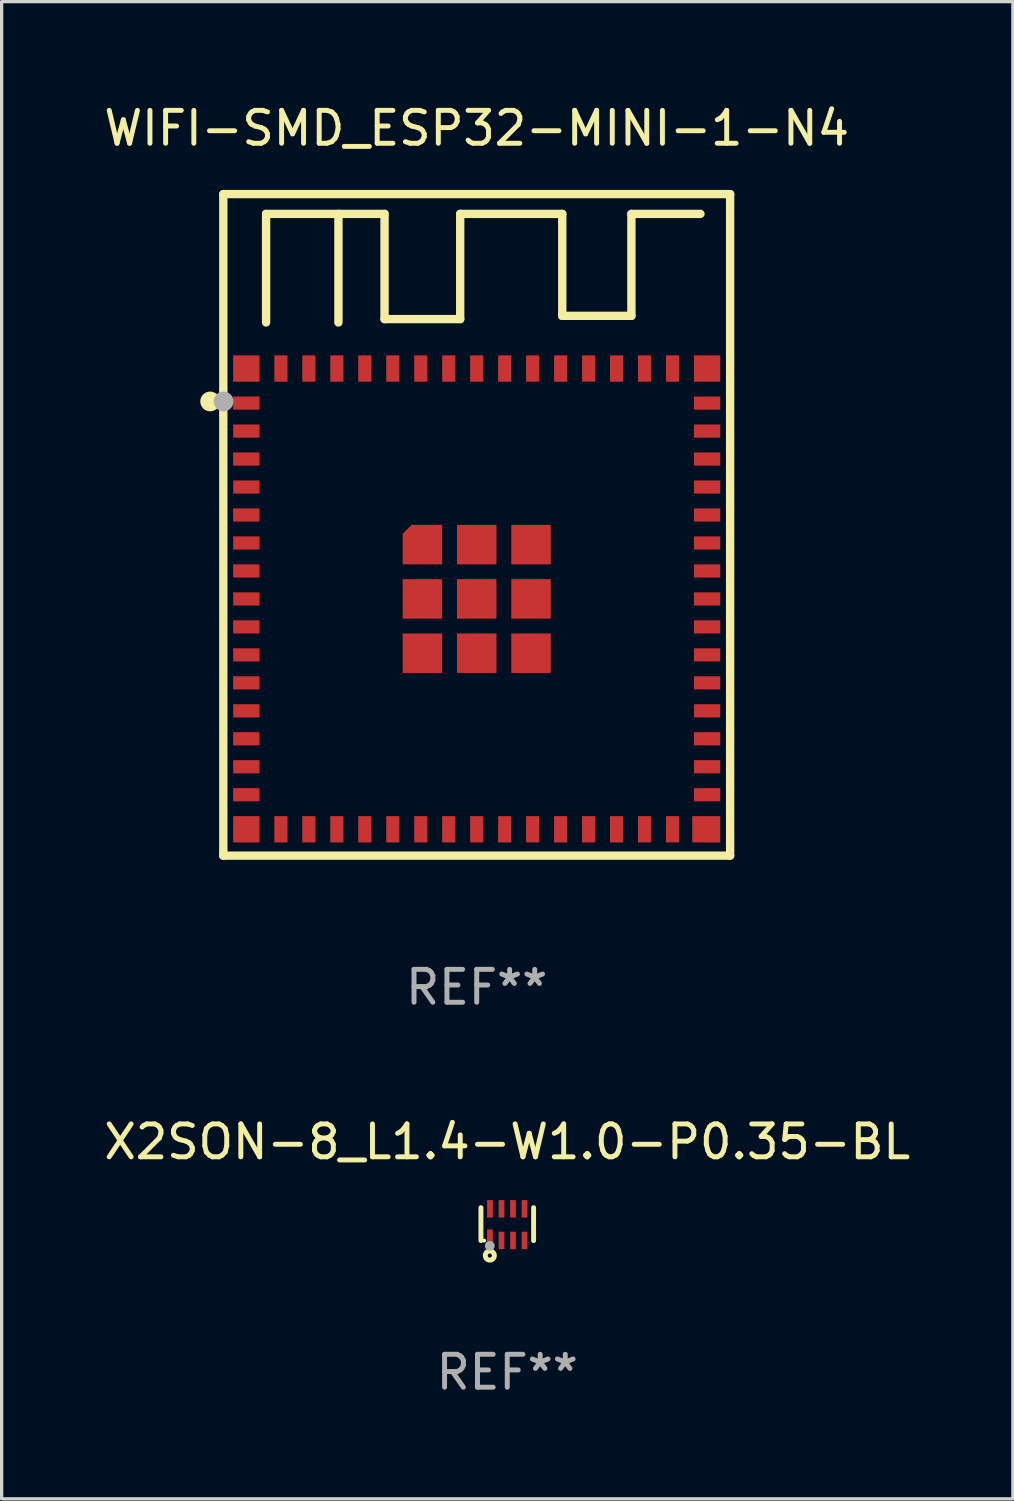
<source format=kicad_pcb>
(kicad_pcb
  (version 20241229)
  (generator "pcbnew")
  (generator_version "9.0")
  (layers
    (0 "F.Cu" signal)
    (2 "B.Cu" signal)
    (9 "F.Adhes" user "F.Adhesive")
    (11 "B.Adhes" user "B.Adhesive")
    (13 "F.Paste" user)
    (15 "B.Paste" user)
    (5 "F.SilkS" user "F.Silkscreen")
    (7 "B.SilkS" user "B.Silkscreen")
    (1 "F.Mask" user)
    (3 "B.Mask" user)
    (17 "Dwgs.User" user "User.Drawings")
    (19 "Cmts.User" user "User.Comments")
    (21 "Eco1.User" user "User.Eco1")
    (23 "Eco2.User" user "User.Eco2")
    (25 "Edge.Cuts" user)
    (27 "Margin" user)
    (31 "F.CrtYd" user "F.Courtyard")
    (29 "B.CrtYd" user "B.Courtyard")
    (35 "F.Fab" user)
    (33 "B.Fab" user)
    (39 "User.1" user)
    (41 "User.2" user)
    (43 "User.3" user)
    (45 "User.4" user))
  (footprint "X2SON-8_L1.4-W1.0-P0.35-BL"
    (layer "F.Cu")
    (at 12.363 34.16)
    (property "Reference" "X2SON-8_L1.4-W1.0-P0.35-BL" (at 0.000076 -2.515 0) (layer "F.SilkS") (effects (font (size 1 1) (thickness 0.15))))
    (attr smd)
    (fp_line (start -0.8 -0.515) (end -0.8 0.485) (stroke (width 0.15) (type solid)) (layer "F.SilkS"))
    (fp_line (start 0.8 -0.515) (end 0.8 0.485) (stroke (width 0.15) (type solid)) (layer "F.SilkS"))
    (fp_circle (center -0.701 0.485) (end -0.671 0.485) (stroke (width 0.06) (type solid)) (fill no) (layer "F.SilkS"))
    (fp_circle (center -0.53 0.94) (end -0.467 0.94) (stroke (width 0.15) (type solid)) (fill no) (layer "F.SilkS"))
    (fp_circle (center -0.53 0.645) (end -0.455 0.645) (stroke (width 0.15) (type solid)) (fill no) (layer "F.Fab"))
    (fp_text user "REF**" (at 0.000076 4.485 0) (layer "F.Fab") (effects (font (size 1 1) (thickness 0.15))))
    (pad "1" smd rect (at -0.525 0.445) (size 0.175 0.6) (layers "F.Cu" "F.Mask" "F.Paste"))
    (pad "2" smd rect (at -0.175 0.48) (size 0.175 0.53) (layers "F.Cu" "F.Mask" "F.Paste"))
    (pad "3" smd rect (at 0.175 0.48) (size 0.175 0.53) (layers "F.Cu" "F.Mask" "F.Paste"))
    (pad "4" smd rect (at 0.525 0.48) (size 0.175 0.53) (layers "F.Cu" "F.Mask" "F.Paste"))
    (pad "5" smd rect (at 0.525 -0.48) (size 0.175 0.53) (layers "F.Cu" "F.Mask" "F.Paste"))
    (pad "6" smd rect (at 0.175 -0.48) (size 0.175 0.53) (layers "F.Cu" "F.Mask" "F.Paste"))
    (pad "7" smd rect (at -0.175 -0.48) (size 0.175 0.53) (layers "F.Cu" "F.Mask" "F.Paste"))
    (pad "8" smd rect (at -0.525 -0.48) (size 0.175 0.53) (layers "F.Cu" "F.Mask" "F.Paste")))
  (footprint "WIFI-SMD_ESP32-MINI-1-N4"
    (layer "F.Cu")
    (at 11.435 15.148)
    (property "Reference" "WIFI-SMD_ESP32-MINI-1-N4" (at -0.000076 -14.3 0) (layer "F.SilkS") (effects (font (size 1 1) (thickness 0.15))))
    (attr smd)
    (fp_line (start -7.7 -12.3) (end -7.7 7.8) (stroke (width 0.254) (type solid)) (layer "F.SilkS"))
    (fp_line (start -7.7 7.8) (end 7.7 7.8) (stroke (width 0.254) (type solid)) (layer "F.SilkS"))
    (fp_line (start -6.4 -11.699) (end -2.801 -11.699) (stroke (width 0.254) (type solid)) (layer "F.SilkS"))
    (fp_line (start -6.4 -8.4) (end -6.4 -11.699) (stroke (width 0.254) (type solid)) (layer "F.SilkS"))
    (fp_line (start -4.202 -11.699) (end -4.202 -8.4) (stroke (width 0.254) (type solid)) (layer "F.SilkS"))
    (fp_line (start -2.801 -11.699) (end -2.801 -8.502) (stroke (width 0.254) (type solid)) (layer "F.SilkS"))
    (fp_line (start -2.801 -8.502) (end -0.502 -8.502) (stroke (width 0.254) (type solid)) (layer "F.SilkS"))
    (fp_line (start -0.502 -11.699) (end 2.599 -11.699) (stroke (width 0.254) (type solid)) (layer "F.SilkS"))
    (fp_line (start -0.502 -8.502) (end -0.502 -11.699) (stroke (width 0.254) (type solid)) (layer "F.SilkS"))
    (fp_line (start 2.599 -11.699) (end 2.599 -8.601) (stroke (width 0.254) (type solid)) (layer "F.SilkS"))
    (fp_line (start 2.599 -8.601) (end 4.7 -8.601) (stroke (width 0.254) (type solid)) (layer "F.SilkS"))
    (fp_line (start 4.7 -11.699) (end 6.798 -11.699) (stroke (width 0.254) (type solid)) (layer "F.SilkS"))
    (fp_line (start 4.7 -8.601) (end 4.7 -11.699) (stroke (width 0.254) (type solid)) (layer "F.SilkS"))
    (fp_line (start 7.7 -12.3) (end -7.7 -12.3) (stroke (width 0.254) (type solid)) (layer "F.SilkS"))
    (fp_line (start 7.7 7.8) (end 7.7 -12.3) (stroke (width 0.254) (type solid)) (layer "F.SilkS"))
    (fp_circle (center -8.1 -6) (end -7.95 -6) (stroke (width 0.3) (type solid)) (fill no) (layer "F.SilkS"))
    (fp_circle (center -7.7 -12.25) (end -7.67 -12.25) (stroke (width 0.06) (type solid)) (fill no) (layer "F.SilkS"))
    (fp_circle (center -7.69 -6) (end -7.54 -6) (stroke (width 0.3) (type solid)) (fill no) (layer "F.Fab"))
    (fp_text user "REF**" (at -0.000076 11.8 0) (layer "F.Fab") (effects (font (size 1 1) (thickness 0.15))))
    (pad "1" smd rect (at -7 -5.95 90) (size 0.4 0.8) (layers "F.Cu" "F.Mask" "F.Paste"))
    (pad "2" smd rect (at -7 -5.1 90) (size 0.4 0.8) (layers "F.Cu" "F.Mask" "F.Paste"))
    (pad "3" smd rect (at -7 -4.25 90) (size 0.4 0.8) (layers "F.Cu" "F.Mask" "F.Paste"))
    (pad "4" smd rect (at -7 -3.4 90) (size 0.4 0.8) (layers "F.Cu" "F.Mask" "F.Paste"))
    (pad "5" smd rect (at -7 -2.55 90) (size 0.4 0.8) (layers "F.Cu" "F.Mask" "F.Paste"))
    (pad "6" smd rect (at -7 -1.7 90) (size 0.4 0.8) (layers "F.Cu" "F.Mask" "F.Paste"))
    (pad "7" smd rect (at -7 -0.85 90) (size 0.4 0.8) (layers "F.Cu" "F.Mask" "F.Paste"))
    (pad "8" smd rect (at -7 -0.000254 90) (size 0.4 0.8) (layers "F.Cu" "F.Mask" "F.Paste"))
    (pad "9" smd rect (at -7 0.85 90) (size 0.4 0.8) (layers "F.Cu" "F.Mask" "F.Paste"))
    (pad "10" smd rect (at -7 1.7 90) (size 0.4 0.8) (layers "F.Cu" "F.Mask" "F.Paste"))
    (pad "11" smd rect (at -7 2.55 90) (size 0.4 0.8) (layers "F.Cu" "F.Mask" "F.Paste"))
    (pad "12" smd rect (at -7 3.4 90) (size 0.4 0.8) (layers "F.Cu" "F.Mask" "F.Paste"))
    (pad "13" smd rect (at -7 4.25 90) (size 0.4 0.8) (layers "F.Cu" "F.Mask" "F.Paste"))
    (pad "14" smd rect (at -7 5.1 90) (size 0.4 0.8) (layers "F.Cu" "F.Mask" "F.Paste"))
    (pad "15" smd rect (at -7 5.95 90) (size 0.4 0.8) (layers "F.Cu" "F.Mask" "F.Paste"))
    (pad "16" smd rect (at -5.95 7) (size 0.4 0.8) (layers "F.Cu" "F.Mask" "F.Paste"))
    (pad "17" smd rect (at -5.1 7) (size 0.4 0.8) (layers "F.Cu" "F.Mask" "F.Paste"))
    (pad "18" smd rect (at -4.25 7) (size 0.4 0.8) (layers "F.Cu" "F.Mask" "F.Paste"))
    (pad "19" smd rect (at -3.4 7) (size 0.4 0.8) (layers "F.Cu" "F.Mask" "F.Paste"))
    (pad "20" smd rect (at -2.55 7) (size 0.4 0.8) (layers "F.Cu" "F.Mask" "F.Paste"))
    (pad "21" smd rect (at -1.7 7) (size 0.4 0.8) (layers "F.Cu" "F.Mask" "F.Paste"))
    (pad "22" smd rect (at -0.85 7) (size 0.4 0.8) (layers "F.Cu" "F.Mask" "F.Paste"))
    (pad "23" smd rect (at -0.000254 7) (size 0.4 0.8) (layers "F.Cu" "F.Mask" "F.Paste"))
    (pad "24" smd rect (at 0.85 7) (size 0.4 0.8) (layers "F.Cu" "F.Mask" "F.Paste"))
    (pad "25" smd rect (at 1.7 7) (size 0.4 0.8) (layers "F.Cu" "F.Mask" "F.Paste"))
    (pad "26" smd rect (at 2.55 7) (size 0.4 0.8) (layers "F.Cu" "F.Mask" "F.Paste"))
    (pad "27" smd rect (at 3.4 7) (size 0.4 0.8) (layers "F.Cu" "F.Mask" "F.Paste"))
    (pad "28" smd rect (at 4.25 7) (size 0.4 0.8) (layers "F.Cu" "F.Mask" "F.Paste"))
    (pad "29" smd rect (at 5.1 7) (size 0.4 0.8) (layers "F.Cu" "F.Mask" "F.Paste"))
    (pad "30" smd rect (at 5.95 7) (size 0.4 0.8) (layers "F.Cu" "F.Mask" "F.Paste"))
    (pad "31" smd rect (at 7 5.95 270) (size 0.4 0.8) (layers "F.Cu" "F.Mask" "F.Paste"))
    (pad "32" smd rect (at 7 5.1 270) (size 0.4 0.8) (layers "F.Cu" "F.Mask" "F.Paste"))
    (pad "33" smd rect (at 7 4.25 270) (size 0.4 0.8) (layers "F.Cu" "F.Mask" "F.Paste"))
    (pad "34" smd rect (at 7 3.4 270) (size 0.4 0.8) (layers "F.Cu" "F.Mask" "F.Paste"))
    (pad "35" smd rect (at 7 2.55 270) (size 0.4 0.8) (layers "F.Cu" "F.Mask" "F.Paste"))
    (pad "36" smd rect (at 7 1.7 270) (size 0.4 0.8) (layers "F.Cu" "F.Mask" "F.Paste"))
    (pad "37" smd rect (at 7 0.85 270) (size 0.4 0.8) (layers "F.Cu" "F.Mask" "F.Paste"))
    (pad "38" smd rect (at 7 0.000254 270) (size 0.4 0.8) (layers "F.Cu" "F.Mask" "F.Paste"))
    (pad "39" smd rect (at 7 -0.85 270) (size 0.4 0.8) (layers "F.Cu" "F.Mask" "F.Paste"))
    (pad "40" smd rect (at 7 -1.7 270) (size 0.4 0.8) (layers "F.Cu" "F.Mask" "F.Paste"))
    (pad "41" smd rect (at 7 -2.55 270) (size 0.4 0.8) (layers "F.Cu" "F.Mask" "F.Paste"))
    (pad "42" smd rect (at 7 -3.4 270) (size 0.4 0.8) (layers "F.Cu" "F.Mask" "F.Paste"))
    (pad "43" smd rect (at 7 -4.25 270) (size 0.4 0.8) (layers "F.Cu" "F.Mask" "F.Paste"))
    (pad "44" smd rect (at 7 -5.1 270) (size 0.4 0.8) (layers "F.Cu" "F.Mask" "F.Paste"))
    (pad "45" smd rect (at 7 -5.95 270) (size 0.4 0.8) (layers "F.Cu" "F.Mask" "F.Paste"))
    (pad "46" smd rect (at 5.95 -7 180) (size 0.4 0.8) (layers "F.Cu" "F.Mask" "F.Paste"))
    (pad "47" smd rect (at 5.1 -7 180) (size 0.4 0.8) (layers "F.Cu" "F.Mask" "F.Paste"))
    (pad "48" smd rect (at 4.25 -7 180) (size 0.4 0.8) (layers "F.Cu" "F.Mask" "F.Paste"))
    (pad "49" smd rect (at 3.4 -7 180) (size 0.4 0.8) (layers "F.Cu" "F.Mask" "F.Paste"))
    (pad "50" smd rect (at 2.55 -7 180) (size 0.4 0.8) (layers "F.Cu" "F.Mask" "F.Paste"))
    (pad "51" smd rect (at 1.7 -7 180) (size 0.4 0.8) (layers "F.Cu" "F.Mask" "F.Paste"))
    (pad "52" smd rect (at 0.85 -7 180) (size 0.4 0.8) (layers "F.Cu" "F.Mask" "F.Paste"))
    (pad "53" smd rect (at 0 -7 180) (size 0.4 0.8) (layers "F.Cu" "F.Mask" "F.Paste"))
    (pad "54" smd rect (at -0.85 -7 180) (size 0.4 0.8) (layers "F.Cu" "F.Mask" "F.Paste"))
    (pad "55" smd rect (at -1.7 -7 180) (size 0.4 0.8) (layers "F.Cu" "F.Mask" "F.Paste"))
    (pad "56" smd rect (at -2.55 -7 180) (size 0.4 0.8) (layers "F.Cu" "F.Mask" "F.Paste"))
    (pad "57" smd rect (at -3.4 -7 180) (size 0.4 0.8) (layers "F.Cu" "F.Mask" "F.Paste"))
    (pad "58" smd rect (at -4.25 -7 180) (size 0.4 0.8) (layers "F.Cu" "F.Mask" "F.Paste"))
    (pad "59" smd rect (at -5.1 -7 180) (size 0.4 0.8) (layers "F.Cu" "F.Mask" "F.Paste"))
    (pad "60" smd rect (at -5.95 -7 180) (size 0.4 0.8) (layers "F.Cu" "F.Mask" "F.Paste"))
    (pad "61" smd custom (at -1.65 -1.65) (size 0.1 0.1) (layers "F.Cu" "F.Mask" "F.Paste") (options (anchor circle)) (primitives (gr_poly (pts (xy 0.6 0.6) (xy -0.6 0.6) (xy -0.6 -0.31) (xy -0.6 -0.33) (xy -0.33 -0.6) (xy 0.6 -0.6)) (width 0) (fill yes))))
    (pad "61" smd rect (at -1.65 0 90) (size 1.2 1.2) (layers "F.Cu" "F.Mask" "F.Paste"))
    (pad "61" smd rect (at -1.65 1.65 90) (size 1.2 1.2) (layers "F.Cu" "F.Mask" "F.Paste"))
    (pad "61" smd rect (at 0 -1.65 90) (size 1.2 1.2) (layers "F.Cu" "F.Mask" "F.Paste"))
    (pad "61" smd rect (at 0 0 90) (size 1.2 1.2) (layers "F.Cu" "F.Mask" "F.Paste"))
    (pad "61" smd rect (at 0 1.65 90) (size 1.2 1.2) (layers "F.Cu" "F.Mask" "F.Paste"))
    (pad "61" smd rect (at 1.65 1.65 90) (size 1.2 1.2) (layers "F.Cu" "F.Mask" "F.Paste"))
    (pad "61" smd rect (at 1.65 -1.65 90) (size 1.2 1.2) (layers "F.Cu" "F.Mask" "F.Paste"))
    (pad "61" smd rect (at 1.65 0 90) (size 1.2 1.2) (layers "F.Cu" "F.Mask" "F.Paste"))
    (pad "62" smd rect (at -7 -7 90) (size 0.8 0.8) (layers "F.Cu" "F.Mask" "F.Paste"))
    (pad "63" smd rect (at -7 7 90) (size 0.8 0.8) (layers "F.Cu" "F.Mask" "F.Paste"))
    (pad "64" smd rect (at 6.975 7 90) (size 0.8 0.85) (layers "F.Cu" "F.Mask" "F.Paste"))
    (pad "65" smd rect (at 7 -7 90) (size 0.8 0.8) (layers "F.Cu" "F.Mask" "F.Paste")))
  (gr_rect
    (start -3 -3)
    (end 27.726 42.493)
    (stroke (width 0.1) (type default))
    (fill no)
    (layer "Edge.Cuts")))
</source>
